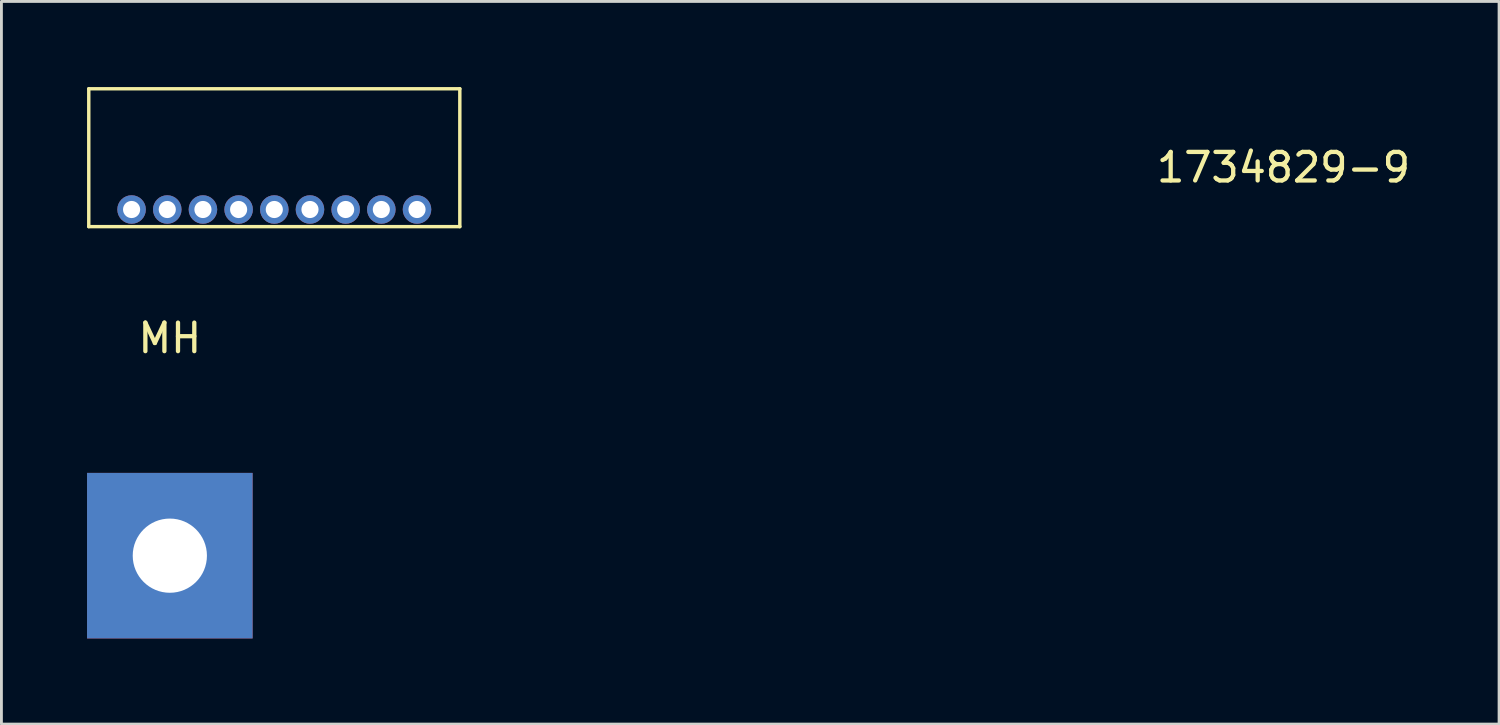
<source format=kicad_pcb>
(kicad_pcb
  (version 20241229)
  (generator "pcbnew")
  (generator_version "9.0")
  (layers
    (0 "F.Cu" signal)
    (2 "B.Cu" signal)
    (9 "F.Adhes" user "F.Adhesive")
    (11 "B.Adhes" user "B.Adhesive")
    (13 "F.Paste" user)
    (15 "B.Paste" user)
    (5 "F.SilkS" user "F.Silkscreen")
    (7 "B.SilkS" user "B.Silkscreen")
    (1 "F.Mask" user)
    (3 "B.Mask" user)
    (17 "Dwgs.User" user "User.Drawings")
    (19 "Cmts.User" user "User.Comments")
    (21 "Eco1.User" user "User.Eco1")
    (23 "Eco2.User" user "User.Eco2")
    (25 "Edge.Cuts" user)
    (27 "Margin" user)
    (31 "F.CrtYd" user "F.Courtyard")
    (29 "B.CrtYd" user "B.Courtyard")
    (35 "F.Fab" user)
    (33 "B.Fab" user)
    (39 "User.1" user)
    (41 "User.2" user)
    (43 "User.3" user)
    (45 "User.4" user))
  (footprint "MH"
    (layer "F.Cu")
    (at 2.9 16.418)
    (property "Reference" "MH" (at 0 -7.62 0) (layer "F.SilkS") (effects (font (size 1 1) (thickness 0.15))))
    (attr through_hole)
    (pad "" thru_hole rect (at 0 0) (size 5.8 5.8) (drill 2.6) (layers "*.Cu" "*.Mask")))
  (footprint "1734829-9"
    (layer "F.Cu")
    (at 6.56 4.29)
    (property "Reference" "1734829-9" (at 35.357 -1.473 0) (layer "F.SilkS") (effects (font (size 1 1) (thickness 0.15))))
    (attr through_hole)
    (fp_line (start -6.5 -4.23) (end 6.5 -4.23) (stroke (width 0.12) (type solid)) (layer "F.SilkS"))
    (fp_line (start -6.5 0.6) (end -6.5 -4.23) (stroke (width 0.12) (type solid)) (layer "F.SilkS"))
    (fp_line (start -6.5 0.6) (end 6.5 0.6) (stroke (width 0.12) (type solid)) (layer "F.SilkS"))
    (fp_line (start 6.5 0.6) (end 6.5 -4.23) (stroke (width 0.12) (type solid)) (layer "F.SilkS"))
    (pad "1" thru_hole circle (at 5 0) (size 1 1) (drill 0.6) (layers "*.Cu" "*.Mask"))
    (pad "2" thru_hole circle (at 3.75 0) (size 1 1) (drill 0.6) (layers "*.Cu" "*.Mask"))
    (pad "3" thru_hole circle (at 2.5 0) (size 1 1) (drill 0.6) (layers "*.Cu" "*.Mask"))
    (pad "4" thru_hole circle (at 1.25 0) (size 1 1) (drill 0.6) (layers "*.Cu" "*.Mask"))
    (pad "5" thru_hole circle (at 0 0) (size 1 1) (drill 0.6) (layers "*.Cu" "*.Mask"))
    (pad "6" thru_hole circle (at -1.25 0) (size 1 1) (drill 0.6) (layers "*.Cu" "*.Mask"))
    (pad "7" thru_hole circle (at -2.5 0) (size 1 1) (drill 0.6) (layers "*.Cu" "*.Mask"))
    (pad "8" thru_hole circle (at -3.75 0) (size 1 1) (drill 0.6) (layers "*.Cu" "*.Mask"))
    (pad "9" thru_hole circle (at -5 0) (size 1 1) (drill 0.6) (layers "*.Cu" "*.Mask")))
  (gr_rect
    (start -3 -3)
    (end 49.47 22.318)
    (stroke (width 0.1) (type default))
    (fill no)
    (layer "Edge.Cuts")))
</source>
